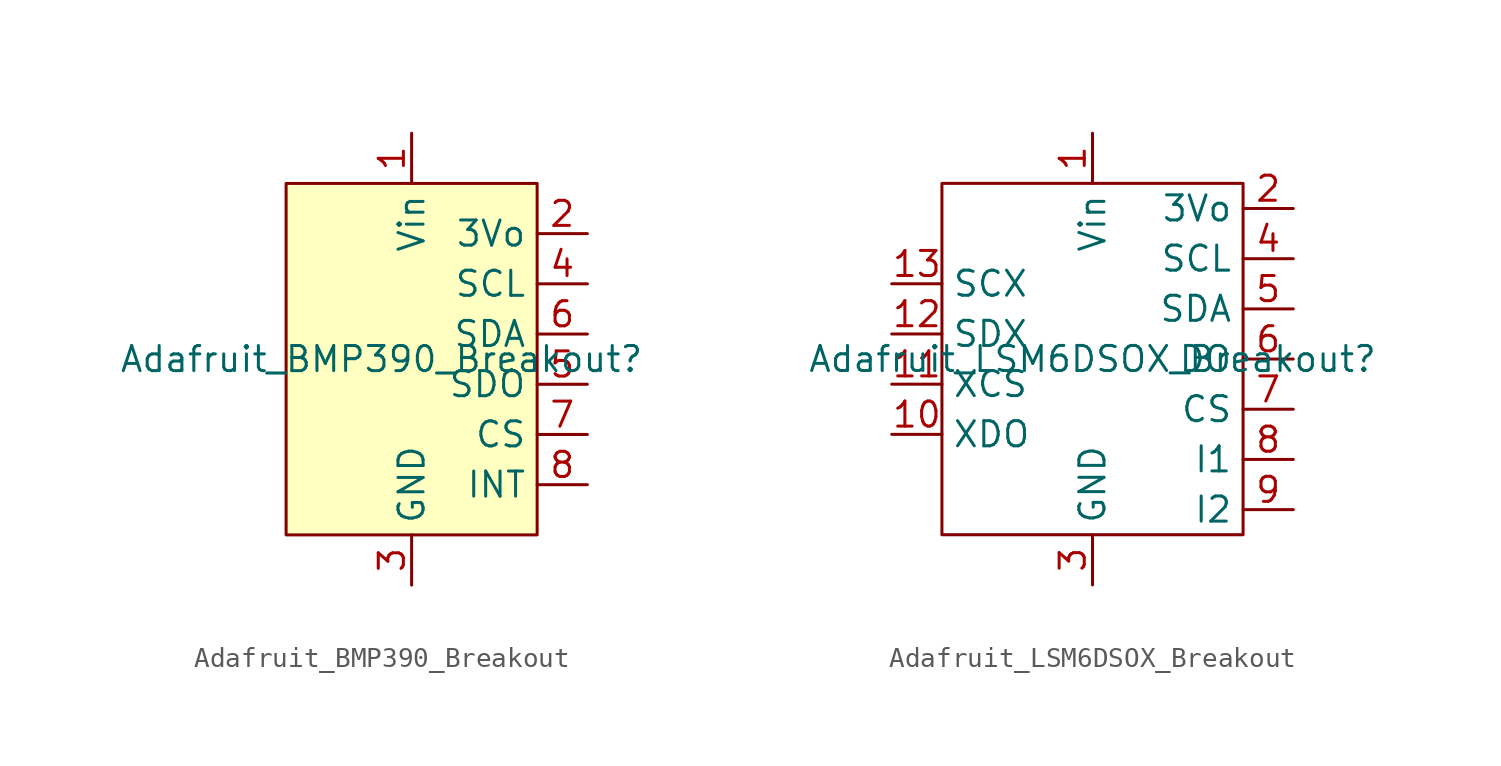
<source format=kicad_sym>
(kicad_symbol_lib
  (version 20231120)
  (generator "kicad_symbol_editor")
  (generator_version "8.0")
  (symbol "Adafruit_BMP390_Breakout"
    (property "Reference" "Adafruit_BMP390_Breakout"
      (at -1.524 0 0)
      (effects (font (size 1.27 1.27))))
    (property "Value" ""
      (at 0 0 0)
      (effects (font (size 1.27 1.27))))
    (symbol "Adafruit_BMP390_Breakout_1_1"
      (rectangle (start -6.35 8.89) (end 6.35 -8.89) (stroke (width 0) (type default)) (fill (type background)))
      (pin power_in line (at 0 11.43 270) (length 2.54) (name "Vin" (effects (font (size 1.27 1.27)))) (number "1" (effects (font (size 1.27 1.27)))))
      (pin power_out line (at 8.89 6.35 180) (length 2.54) (name "3Vo" (effects (font (size 1.27 1.27)))) (number "2" (effects (font (size 1.27 1.27)))))
      (pin power_out line (at 0 -11.43 90) (length 2.54) (name "GND" (effects (font (size 1.27 1.27)))) (number "3" (effects (font (size 1.27 1.27)))))
      (pin bidirectional line (at 8.89 3.81 180) (length 2.54) (name "SCL" (effects (font (size 1.27 1.27)))) (number "4" (effects (font (size 1.27 1.27)))))
      (pin bidirectional line (at 8.89 -1.27 180) (length 2.54) (name "SDO" (effects (font (size 1.27 1.27)))) (number "5" (effects (font (size 1.27 1.27)))))
      (pin bidirectional line (at 8.89 1.27 180) (length 2.54) (name "SDA" (effects (font (size 1.27 1.27)))) (number "6" (effects (font (size 1.27 1.27)))))
      (pin bidirectional line (at 8.89 -3.81 180) (length 2.54) (name "CS" (effects (font (size 1.27 1.27)))) (number "7" (effects (font (size 1.27 1.27)))))
      (pin bidirectional line (at 8.89 -6.35 180) (length 2.54) (name "INT" (effects (font (size 1.27 1.27)))) (number "8" (effects (font (size 1.27 1.27)))))))
  (symbol "Adafruit_LSM6DSOX_Breakout"
    (property "Reference" "Adafruit_LSM6DSOX_Breakout"
      (at 0 0 0)
      (effects (font (size 1.27 1.27))))
    (symbol "Adafruit_LSM6DSOX_Breakout_0_1"
      (rectangle (start -7.62 8.89) (end 7.62 -8.89) (stroke (width 0) (type default)) (fill (type none))))
    (symbol "Adafruit_LSM6DSOX_Breakout_1_1"
      (pin power_in line (at 0 11.43 270) (length 2.54) (name "Vin" (effects (font (size 1.27 1.27)))) (number "1" (effects (font (size 1.27 1.27)))))
      (pin bidirectional line (at -10.16 -3.81 0) (length 2.54) (name "XDO" (effects (font (size 1.27 1.27)))) (number "10" (effects (font (size 1.27 1.27)))))
      (pin bidirectional line (at -10.16 -1.27 0) (length 2.54) (name "XCS" (effects (font (size 1.27 1.27)))) (number "11" (effects (font (size 1.27 1.27)))))
      (pin bidirectional line (at -10.16 1.27 0) (length 2.54) (name "SDX" (effects (font (size 1.27 1.27)))) (number "12" (effects (font (size 1.27 1.27)))))
      (pin bidirectional line (at -10.16 3.81 0) (length 2.54) (name "SCX" (effects (font (size 1.27 1.27)))) (number "13" (effects (font (size 1.27 1.27)))))
      (pin power_out line (at 10.16 7.62 180) (length 2.54) (name "3Vo" (effects (font (size 1.27 1.27)))) (number "2" (effects (font (size 1.27 1.27)))))
      (pin power_out line (at 0 -11.43 90) (length 2.54) (name "GND" (effects (font (size 1.27 1.27)))) (number "3" (effects (font (size 1.27 1.27)))))
      (pin bidirectional line (at 10.16 5.08 180) (length 2.54) (name "SCL" (effects (font (size 1.27 1.27)))) (number "4" (effects (font (size 1.27 1.27)))))
      (pin bidirectional line (at 10.16 2.54 180) (length 2.54) (name "SDA" (effects (font (size 1.27 1.27)))) (number "5" (effects (font (size 1.27 1.27)))))
      (pin bidirectional line (at 10.16 0 180) (length 2.54) (name "DO" (effects (font (size 1.27 1.27)))) (number "6" (effects (font (size 1.27 1.27)))))
      (pin bidirectional line (at 10.16 -2.54 180) (length 2.54) (name "CS" (effects (font (size 1.27 1.27)))) (number "7" (effects (font (size 1.27 1.27)))))
      (pin bidirectional line (at 10.16 -5.08 180) (length 2.54) (name "I1" (effects (font (size 1.27 1.27)))) (number "8" (effects (font (size 1.27 1.27)))))
      (pin bidirectional line (at 10.16 -7.62 180) (length 2.54) (name "I2" (effects (font (size 1.27 1.27)))) (number "9" (effects (font (size 1.27 1.27))))))))
</source>
